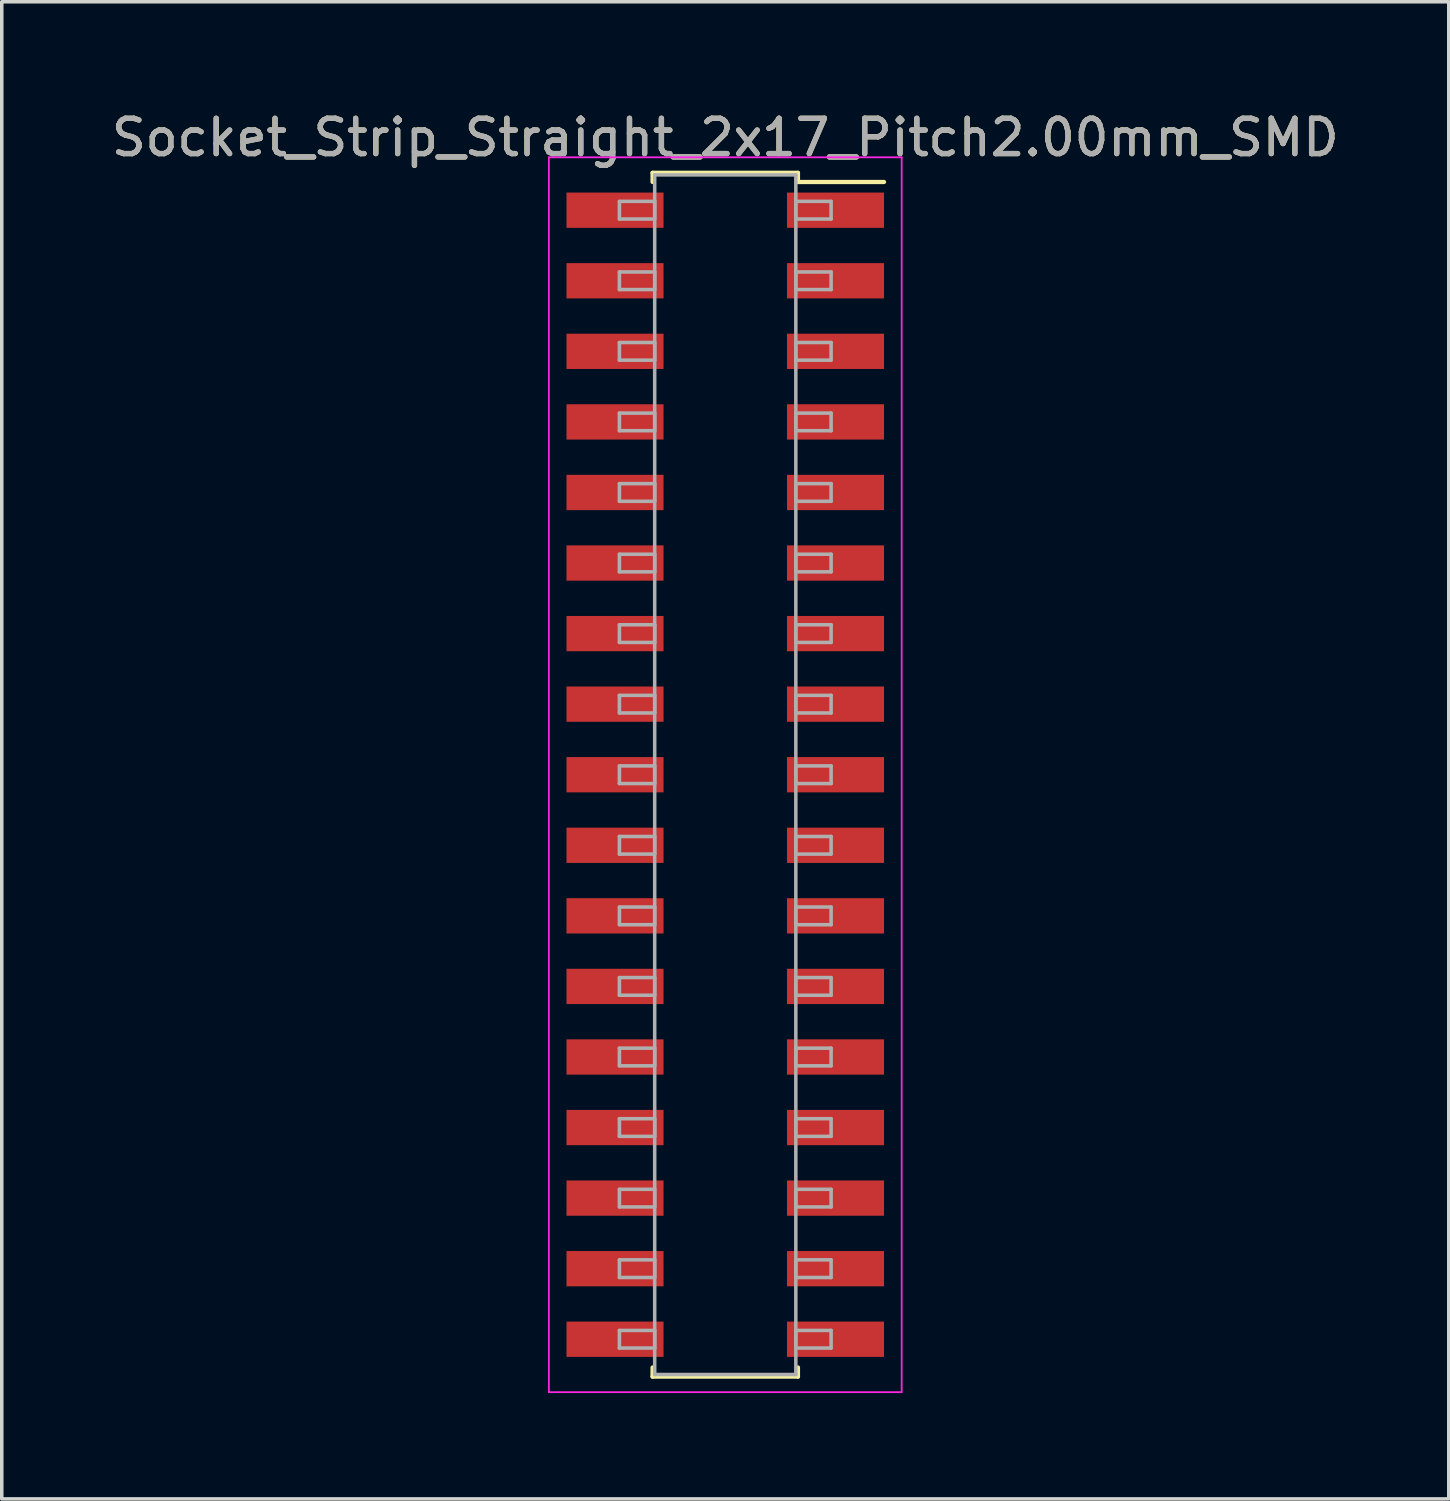
<source format=kicad_pcb>
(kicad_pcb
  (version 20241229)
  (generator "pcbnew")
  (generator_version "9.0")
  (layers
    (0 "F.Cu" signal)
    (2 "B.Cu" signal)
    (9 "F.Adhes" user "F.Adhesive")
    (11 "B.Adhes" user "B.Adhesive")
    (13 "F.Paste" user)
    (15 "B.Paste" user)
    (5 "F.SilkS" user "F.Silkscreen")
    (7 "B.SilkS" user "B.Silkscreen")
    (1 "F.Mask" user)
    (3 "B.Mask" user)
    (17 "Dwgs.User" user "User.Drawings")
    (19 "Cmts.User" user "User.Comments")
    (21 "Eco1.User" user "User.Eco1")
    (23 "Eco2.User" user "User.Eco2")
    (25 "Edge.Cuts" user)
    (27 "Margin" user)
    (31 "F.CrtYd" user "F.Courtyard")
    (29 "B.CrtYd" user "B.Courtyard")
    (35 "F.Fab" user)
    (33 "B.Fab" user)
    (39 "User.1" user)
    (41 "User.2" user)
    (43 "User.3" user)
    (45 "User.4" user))
  (footprint "Socket_Strip_Straight_2x17_Pitch2.00mm_SMD"
    (layer "F.Cu")
    (at 17.506 18.908)
    (property "Reference" "Socket_Strip_Straight_2x17_Pitch2.00mm_SMD" (at 0 -18.06 0) (layer "F.SilkS") (effects (font (size 1 1) (thickness 0.15))))
    (attr smd)
    (fp_line (start -2.06 -17.06) (end 2.06 -17.06) (stroke (width 0.12) (type solid)) (layer "F.SilkS"))
    (fp_line (start -2.06 -16.8) (end -2.06 -17.06) (stroke (width 0.12) (type solid)) (layer "F.SilkS"))
    (fp_line (start -2.06 16.8) (end -2.06 17.06) (stroke (width 0.12) (type solid)) (layer "F.SilkS"))
    (fp_line (start -2.06 17.06) (end 2.06 17.06) (stroke (width 0.12) (type solid)) (layer "F.SilkS"))
    (fp_line (start 2.06 -17.06) (end 2.06 -16.8) (stroke (width 0.12) (type solid)) (layer "F.SilkS"))
    (fp_line (start 2.06 17.06) (end 2.06 16.8) (stroke (width 0.12) (type solid)) (layer "F.SilkS"))
    (fp_line (start 4.5 -16.8) (end 2.06 -16.8) (stroke (width 0.12) (type solid)) (layer "F.SilkS"))
    (fp_line (start -5 -17.5) (end -5 17.5) (stroke (width 0.05) (type solid)) (layer "F.CrtYd"))
    (fp_line (start -5 17.5) (end 5 17.5) (stroke (width 0.05) (type solid)) (layer "F.CrtYd"))
    (fp_line (start 5 -17.5) (end -5 -17.5) (stroke (width 0.05) (type solid)) (layer "F.CrtYd"))
    (fp_line (start 5 17.5) (end 5 -17.5) (stroke (width 0.05) (type solid)) (layer "F.CrtYd"))
    (fp_line (start -3 -16.25) (end -2 -16.25) (stroke (width 0.1) (type solid)) (layer "F.Fab"))
    (fp_line (start -3 -15.75) (end -3 -16.25) (stroke (width 0.1) (type solid)) (layer "F.Fab"))
    (fp_line (start -3 -14.25) (end -2 -14.25) (stroke (width 0.1) (type solid)) (layer "F.Fab"))
    (fp_line (start -3 -13.75) (end -3 -14.25) (stroke (width 0.1) (type solid)) (layer "F.Fab"))
    (fp_line (start -3 -12.25) (end -2 -12.25) (stroke (width 0.1) (type solid)) (layer "F.Fab"))
    (fp_line (start -3 -11.75) (end -3 -12.25) (stroke (width 0.1) (type solid)) (layer "F.Fab"))
    (fp_line (start -3 -10.25) (end -2 -10.25) (stroke (width 0.1) (type solid)) (layer "F.Fab"))
    (fp_line (start -3 -9.75) (end -3 -10.25) (stroke (width 0.1) (type solid)) (layer "F.Fab"))
    (fp_line (start -3 -8.25) (end -2 -8.25) (stroke (width 0.1) (type solid)) (layer "F.Fab"))
    (fp_line (start -3 -7.75) (end -3 -8.25) (stroke (width 0.1) (type solid)) (layer "F.Fab"))
    (fp_line (start -3 -6.25) (end -2 -6.25) (stroke (width 0.1) (type solid)) (layer "F.Fab"))
    (fp_line (start -3 -5.75) (end -3 -6.25) (stroke (width 0.1) (type solid)) (layer "F.Fab"))
    (fp_line (start -3 -4.25) (end -2 -4.25) (stroke (width 0.1) (type solid)) (layer "F.Fab"))
    (fp_line (start -3 -3.75) (end -3 -4.25) (stroke (width 0.1) (type solid)) (layer "F.Fab"))
    (fp_line (start -3 -2.25) (end -2 -2.25) (stroke (width 0.1) (type solid)) (layer "F.Fab"))
    (fp_line (start -3 -1.75) (end -3 -2.25) (stroke (width 0.1) (type solid)) (layer "F.Fab"))
    (fp_line (start -3 -0.25) (end -2 -0.25) (stroke (width 0.1) (type solid)) (layer "F.Fab"))
    (fp_line (start -3 0.25) (end -3 -0.25) (stroke (width 0.1) (type solid)) (layer "F.Fab"))
    (fp_line (start -3 1.75) (end -2 1.75) (stroke (width 0.1) (type solid)) (layer "F.Fab"))
    (fp_line (start -3 2.25) (end -3 1.75) (stroke (width 0.1) (type solid)) (layer "F.Fab"))
    (fp_line (start -3 3.75) (end -2 3.75) (stroke (width 0.1) (type solid)) (layer "F.Fab"))
    (fp_line (start -3 4.25) (end -3 3.75) (stroke (width 0.1) (type solid)) (layer "F.Fab"))
    (fp_line (start -3 5.75) (end -2 5.75) (stroke (width 0.1) (type solid)) (layer "F.Fab"))
    (fp_line (start -3 6.25) (end -3 5.75) (stroke (width 0.1) (type solid)) (layer "F.Fab"))
    (fp_line (start -3 7.75) (end -2 7.75) (stroke (width 0.1) (type solid)) (layer "F.Fab"))
    (fp_line (start -3 8.25) (end -3 7.75) (stroke (width 0.1) (type solid)) (layer "F.Fab"))
    (fp_line (start -3 9.75) (end -2 9.75) (stroke (width 0.1) (type solid)) (layer "F.Fab"))
    (fp_line (start -3 10.25) (end -3 9.75) (stroke (width 0.1) (type solid)) (layer "F.Fab"))
    (fp_line (start -3 11.75) (end -2 11.75) (stroke (width 0.1) (type solid)) (layer "F.Fab"))
    (fp_line (start -3 12.25) (end -3 11.75) (stroke (width 0.1) (type solid)) (layer "F.Fab"))
    (fp_line (start -3 13.75) (end -2 13.75) (stroke (width 0.1) (type solid)) (layer "F.Fab"))
    (fp_line (start -3 14.25) (end -3 13.75) (stroke (width 0.1) (type solid)) (layer "F.Fab"))
    (fp_line (start -3 15.75) (end -2 15.75) (stroke (width 0.1) (type solid)) (layer "F.Fab"))
    (fp_line (start -3 16.25) (end -3 15.75) (stroke (width 0.1) (type solid)) (layer "F.Fab"))
    (fp_line (start -2 -17) (end -2 17) (stroke (width 0.1) (type solid)) (layer "F.Fab"))
    (fp_line (start -2 -16.25) (end -2 -15.75) (stroke (width 0.1) (type solid)) (layer "F.Fab"))
    (fp_line (start -2 -15.75) (end -3 -15.75) (stroke (width 0.1) (type solid)) (layer "F.Fab"))
    (fp_line (start -2 -14.25) (end -2 -13.75) (stroke (width 0.1) (type solid)) (layer "F.Fab"))
    (fp_line (start -2 -13.75) (end -3 -13.75) (stroke (width 0.1) (type solid)) (layer "F.Fab"))
    (fp_line (start -2 -12.25) (end -2 -11.75) (stroke (width 0.1) (type solid)) (layer "F.Fab"))
    (fp_line (start -2 -11.75) (end -3 -11.75) (stroke (width 0.1) (type solid)) (layer "F.Fab"))
    (fp_line (start -2 -10.25) (end -2 -9.75) (stroke (width 0.1) (type solid)) (layer "F.Fab"))
    (fp_line (start -2 -9.75) (end -3 -9.75) (stroke (width 0.1) (type solid)) (layer "F.Fab"))
    (fp_line (start -2 -8.25) (end -2 -7.75) (stroke (width 0.1) (type solid)) (layer "F.Fab"))
    (fp_line (start -2 -7.75) (end -3 -7.75) (stroke (width 0.1) (type solid)) (layer "F.Fab"))
    (fp_line (start -2 -6.25) (end -2 -5.75) (stroke (width 0.1) (type solid)) (layer "F.Fab"))
    (fp_line (start -2 -5.75) (end -3 -5.75) (stroke (width 0.1) (type solid)) (layer "F.Fab"))
    (fp_line (start -2 -4.25) (end -2 -3.75) (stroke (width 0.1) (type solid)) (layer "F.Fab"))
    (fp_line (start -2 -3.75) (end -3 -3.75) (stroke (width 0.1) (type solid)) (layer "F.Fab"))
    (fp_line (start -2 -2.25) (end -2 -1.75) (stroke (width 0.1) (type solid)) (layer "F.Fab"))
    (fp_line (start -2 -1.75) (end -3 -1.75) (stroke (width 0.1) (type solid)) (layer "F.Fab"))
    (fp_line (start -2 -0.25) (end -2 0.25) (stroke (width 0.1) (type solid)) (layer "F.Fab"))
    (fp_line (start -2 0.25) (end -3 0.25) (stroke (width 0.1) (type solid)) (layer "F.Fab"))
    (fp_line (start -2 1.75) (end -2 2.25) (stroke (width 0.1) (type solid)) (layer "F.Fab"))
    (fp_line (start -2 2.25) (end -3 2.25) (stroke (width 0.1) (type solid)) (layer "F.Fab"))
    (fp_line (start -2 3.75) (end -2 4.25) (stroke (width 0.1) (type solid)) (layer "F.Fab"))
    (fp_line (start -2 4.25) (end -3 4.25) (stroke (width 0.1) (type solid)) (layer "F.Fab"))
    (fp_line (start -2 5.75) (end -2 6.25) (stroke (width 0.1) (type solid)) (layer "F.Fab"))
    (fp_line (start -2 6.25) (end -3 6.25) (stroke (width 0.1) (type solid)) (layer "F.Fab"))
    (fp_line (start -2 7.75) (end -2 8.25) (stroke (width 0.1) (type solid)) (layer "F.Fab"))
    (fp_line (start -2 8.25) (end -3 8.25) (stroke (width 0.1) (type solid)) (layer "F.Fab"))
    (fp_line (start -2 9.75) (end -2 10.25) (stroke (width 0.1) (type solid)) (layer "F.Fab"))
    (fp_line (start -2 10.25) (end -3 10.25) (stroke (width 0.1) (type solid)) (layer "F.Fab"))
    (fp_line (start -2 11.75) (end -2 12.25) (stroke (width 0.1) (type solid)) (layer "F.Fab"))
    (fp_line (start -2 12.25) (end -3 12.25) (stroke (width 0.1) (type solid)) (layer "F.Fab"))
    (fp_line (start -2 13.75) (end -2 14.25) (stroke (width 0.1) (type solid)) (layer "F.Fab"))
    (fp_line (start -2 14.25) (end -3 14.25) (stroke (width 0.1) (type solid)) (layer "F.Fab"))
    (fp_line (start -2 15.75) (end -2 16.25) (stroke (width 0.1) (type solid)) (layer "F.Fab"))
    (fp_line (start -2 16.25) (end -3 16.25) (stroke (width 0.1) (type solid)) (layer "F.Fab"))
    (fp_line (start -2 17) (end 2 17) (stroke (width 0.1) (type solid)) (layer "F.Fab"))
    (fp_line (start 2 -17) (end -2 -17) (stroke (width 0.1) (type solid)) (layer "F.Fab"))
    (fp_line (start 2 -16.25) (end 2 -15.75) (stroke (width 0.1) (type solid)) (layer "F.Fab"))
    (fp_line (start 2 -15.75) (end 3 -15.75) (stroke (width 0.1) (type solid)) (layer "F.Fab"))
    (fp_line (start 2 -14.25) (end 2 -13.75) (stroke (width 0.1) (type solid)) (layer "F.Fab"))
    (fp_line (start 2 -13.75) (end 3 -13.75) (stroke (width 0.1) (type solid)) (layer "F.Fab"))
    (fp_line (start 2 -12.25) (end 2 -11.75) (stroke (width 0.1) (type solid)) (layer "F.Fab"))
    (fp_line (start 2 -11.75) (end 3 -11.75) (stroke (width 0.1) (type solid)) (layer "F.Fab"))
    (fp_line (start 2 -10.25) (end 2 -9.75) (stroke (width 0.1) (type solid)) (layer "F.Fab"))
    (fp_line (start 2 -9.75) (end 3 -9.75) (stroke (width 0.1) (type solid)) (layer "F.Fab"))
    (fp_line (start 2 -8.25) (end 2 -7.75) (stroke (width 0.1) (type solid)) (layer "F.Fab"))
    (fp_line (start 2 -7.75) (end 3 -7.75) (stroke (width 0.1) (type solid)) (layer "F.Fab"))
    (fp_line (start 2 -6.25) (end 2 -5.75) (stroke (width 0.1) (type solid)) (layer "F.Fab"))
    (fp_line (start 2 -5.75) (end 3 -5.75) (stroke (width 0.1) (type solid)) (layer "F.Fab"))
    (fp_line (start 2 -4.25) (end 2 -3.75) (stroke (width 0.1) (type solid)) (layer "F.Fab"))
    (fp_line (start 2 -3.75) (end 3 -3.75) (stroke (width 0.1) (type solid)) (layer "F.Fab"))
    (fp_line (start 2 -2.25) (end 2 -1.75) (stroke (width 0.1) (type solid)) (layer "F.Fab"))
    (fp_line (start 2 -1.75) (end 3 -1.75) (stroke (width 0.1) (type solid)) (layer "F.Fab"))
    (fp_line (start 2 -0.25) (end 2 0.25) (stroke (width 0.1) (type solid)) (layer "F.Fab"))
    (fp_line (start 2 0.25) (end 3 0.25) (stroke (width 0.1) (type solid)) (layer "F.Fab"))
    (fp_line (start 2 1.75) (end 2 2.25) (stroke (width 0.1) (type solid)) (layer "F.Fab"))
    (fp_line (start 2 2.25) (end 3 2.25) (stroke (width 0.1) (type solid)) (layer "F.Fab"))
    (fp_line (start 2 3.75) (end 2 4.25) (stroke (width 0.1) (type solid)) (layer "F.Fab"))
    (fp_line (start 2 4.25) (end 3 4.25) (stroke (width 0.1) (type solid)) (layer "F.Fab"))
    (fp_line (start 2 5.75) (end 2 6.25) (stroke (width 0.1) (type solid)) (layer "F.Fab"))
    (fp_line (start 2 6.25) (end 3 6.25) (stroke (width 0.1) (type solid)) (layer "F.Fab"))
    (fp_line (start 2 7.75) (end 2 8.25) (stroke (width 0.1) (type solid)) (layer "F.Fab"))
    (fp_line (start 2 8.25) (end 3 8.25) (stroke (width 0.1) (type solid)) (layer "F.Fab"))
    (fp_line (start 2 9.75) (end 2 10.25) (stroke (width 0.1) (type solid)) (layer "F.Fab"))
    (fp_line (start 2 10.25) (end 3 10.25) (stroke (width 0.1) (type solid)) (layer "F.Fab"))
    (fp_line (start 2 11.75) (end 2 12.25) (stroke (width 0.1) (type solid)) (layer "F.Fab"))
    (fp_line (start 2 12.25) (end 3 12.25) (stroke (width 0.1) (type solid)) (layer "F.Fab"))
    (fp_line (start 2 13.75) (end 2 14.25) (stroke (width 0.1) (type solid)) (layer "F.Fab"))
    (fp_line (start 2 14.25) (end 3 14.25) (stroke (width 0.1) (type solid)) (layer "F.Fab"))
    (fp_line (start 2 15.75) (end 2 16.25) (stroke (width 0.1) (type solid)) (layer "F.Fab"))
    (fp_line (start 2 16.25) (end 3 16.25) (stroke (width 0.1) (type solid)) (layer "F.Fab"))
    (fp_line (start 2 17) (end 2 -17) (stroke (width 0.1) (type solid)) (layer "F.Fab"))
    (fp_line (start 3 -16.25) (end 2 -16.25) (stroke (width 0.1) (type solid)) (layer "F.Fab"))
    (fp_line (start 3 -15.75) (end 3 -16.25) (stroke (width 0.1) (type solid)) (layer "F.Fab"))
    (fp_line (start 3 -14.25) (end 2 -14.25) (stroke (width 0.1) (type solid)) (layer "F.Fab"))
    (fp_line (start 3 -13.75) (end 3 -14.25) (stroke (width 0.1) (type solid)) (layer "F.Fab"))
    (fp_line (start 3 -12.25) (end 2 -12.25) (stroke (width 0.1) (type solid)) (layer "F.Fab"))
    (fp_line (start 3 -11.75) (end 3 -12.25) (stroke (width 0.1) (type solid)) (layer "F.Fab"))
    (fp_line (start 3 -10.25) (end 2 -10.25) (stroke (width 0.1) (type solid)) (layer "F.Fab"))
    (fp_line (start 3 -9.75) (end 3 -10.25) (stroke (width 0.1) (type solid)) (layer "F.Fab"))
    (fp_line (start 3 -8.25) (end 2 -8.25) (stroke (width 0.1) (type solid)) (layer "F.Fab"))
    (fp_line (start 3 -7.75) (end 3 -8.25) (stroke (width 0.1) (type solid)) (layer "F.Fab"))
    (fp_line (start 3 -6.25) (end 2 -6.25) (stroke (width 0.1) (type solid)) (layer "F.Fab"))
    (fp_line (start 3 -5.75) (end 3 -6.25) (stroke (width 0.1) (type solid)) (layer "F.Fab"))
    (fp_line (start 3 -4.25) (end 2 -4.25) (stroke (width 0.1) (type solid)) (layer "F.Fab"))
    (fp_line (start 3 -3.75) (end 3 -4.25) (stroke (width 0.1) (type solid)) (layer "F.Fab"))
    (fp_line (start 3 -2.25) (end 2 -2.25) (stroke (width 0.1) (type solid)) (layer "F.Fab"))
    (fp_line (start 3 -1.75) (end 3 -2.25) (stroke (width 0.1) (type solid)) (layer "F.Fab"))
    (fp_line (start 3 -0.25) (end 2 -0.25) (stroke (width 0.1) (type solid)) (layer "F.Fab"))
    (fp_line (start 3 0.25) (end 3 -0.25) (stroke (width 0.1) (type solid)) (layer "F.Fab"))
    (fp_line (start 3 1.75) (end 2 1.75) (stroke (width 0.1) (type solid)) (layer "F.Fab"))
    (fp_line (start 3 2.25) (end 3 1.75) (stroke (width 0.1) (type solid)) (layer "F.Fab"))
    (fp_line (start 3 3.75) (end 2 3.75) (stroke (width 0.1) (type solid)) (layer "F.Fab"))
    (fp_line (start 3 4.25) (end 3 3.75) (stroke (width 0.1) (type solid)) (layer "F.Fab"))
    (fp_line (start 3 5.75) (end 2 5.75) (stroke (width 0.1) (type solid)) (layer "F.Fab"))
    (fp_line (start 3 6.25) (end 3 5.75) (stroke (width 0.1) (type solid)) (layer "F.Fab"))
    (fp_line (start 3 7.75) (end 2 7.75) (stroke (width 0.1) (type solid)) (layer "F.Fab"))
    (fp_line (start 3 8.25) (end 3 7.75) (stroke (width 0.1) (type solid)) (layer "F.Fab"))
    (fp_line (start 3 9.75) (end 2 9.75) (stroke (width 0.1) (type solid)) (layer "F.Fab"))
    (fp_line (start 3 10.25) (end 3 9.75) (stroke (width 0.1) (type solid)) (layer "F.Fab"))
    (fp_line (start 3 11.75) (end 2 11.75) (stroke (width 0.1) (type solid)) (layer "F.Fab"))
    (fp_line (start 3 12.25) (end 3 11.75) (stroke (width 0.1) (type solid)) (layer "F.Fab"))
    (fp_line (start 3 13.75) (end 2 13.75) (stroke (width 0.1) (type solid)) (layer "F.Fab"))
    (fp_line (start 3 14.25) (end 3 13.75) (stroke (width 0.1) (type solid)) (layer "F.Fab"))
    (fp_line (start 3 15.75) (end 2 15.75) (stroke (width 0.1) (type solid)) (layer "F.Fab"))
    (fp_line (start 3 16.25) (end 3 15.75) (stroke (width 0.1) (type solid)) (layer "F.Fab"))
    (fp_text user "${REFERENCE}" (at 0 -18.06 0) (layer "F.Fab") (effects (font (size 1 1) (thickness 0.15))))
    (pad "1" smd rect (at 3.125 -16) (size 2.75 1) (layers "F.Cu" "F.Mask" "F.Paste"))
    (pad "2" smd rect (at -3.125 -16) (size 2.75 1) (layers "F.Cu" "F.Mask" "F.Paste"))
    (pad "3" smd rect (at 3.125 -14) (size 2.75 1) (layers "F.Cu" "F.Mask" "F.Paste"))
    (pad "4" smd rect (at -3.125 -14) (size 2.75 1) (layers "F.Cu" "F.Mask" "F.Paste"))
    (pad "5" smd rect (at 3.125 -12) (size 2.75 1) (layers "F.Cu" "F.Mask" "F.Paste"))
    (pad "6" smd rect (at -3.125 -12) (size 2.75 1) (layers "F.Cu" "F.Mask" "F.Paste"))
    (pad "7" smd rect (at 3.125 -10) (size 2.75 1) (layers "F.Cu" "F.Mask" "F.Paste"))
    (pad "8" smd rect (at -3.125 -10) (size 2.75 1) (layers "F.Cu" "F.Mask" "F.Paste"))
    (pad "9" smd rect (at 3.125 -8) (size 2.75 1) (layers "F.Cu" "F.Mask" "F.Paste"))
    (pad "10" smd rect (at -3.125 -8) (size 2.75 1) (layers "F.Cu" "F.Mask" "F.Paste"))
    (pad "11" smd rect (at 3.125 -6) (size 2.75 1) (layers "F.Cu" "F.Mask" "F.Paste"))
    (pad "12" smd rect (at -3.125 -6) (size 2.75 1) (layers "F.Cu" "F.Mask" "F.Paste"))
    (pad "13" smd rect (at 3.125 -4) (size 2.75 1) (layers "F.Cu" "F.Mask" "F.Paste"))
    (pad "14" smd rect (at -3.125 -4) (size 2.75 1) (layers "F.Cu" "F.Mask" "F.Paste"))
    (pad "15" smd rect (at 3.125 -2) (size 2.75 1) (layers "F.Cu" "F.Mask" "F.Paste"))
    (pad "16" smd rect (at -3.125 -2) (size 2.75 1) (layers "F.Cu" "F.Mask" "F.Paste"))
    (pad "17" smd rect (at 3.125 0) (size 2.75 1) (layers "F.Cu" "F.Mask" "F.Paste"))
    (pad "18" smd rect (at -3.125 0) (size 2.75 1) (layers "F.Cu" "F.Mask" "F.Paste"))
    (pad "19" smd rect (at 3.125 2) (size 2.75 1) (layers "F.Cu" "F.Mask" "F.Paste"))
    (pad "20" smd rect (at -3.125 2) (size 2.75 1) (layers "F.Cu" "F.Mask" "F.Paste"))
    (pad "21" smd rect (at 3.125 4) (size 2.75 1) (layers "F.Cu" "F.Mask" "F.Paste"))
    (pad "22" smd rect (at -3.125 4) (size 2.75 1) (layers "F.Cu" "F.Mask" "F.Paste"))
    (pad "23" smd rect (at 3.125 6) (size 2.75 1) (layers "F.Cu" "F.Mask" "F.Paste"))
    (pad "24" smd rect (at -3.125 6) (size 2.75 1) (layers "F.Cu" "F.Mask" "F.Paste"))
    (pad "25" smd rect (at 3.125 8) (size 2.75 1) (layers "F.Cu" "F.Mask" "F.Paste"))
    (pad "26" smd rect (at -3.125 8) (size 2.75 1) (layers "F.Cu" "F.Mask" "F.Paste"))
    (pad "27" smd rect (at 3.125 10) (size 2.75 1) (layers "F.Cu" "F.Mask" "F.Paste"))
    (pad "28" smd rect (at -3.125 10) (size 2.75 1) (layers "F.Cu" "F.Mask" "F.Paste"))
    (pad "29" smd rect (at 3.125 12) (size 2.75 1) (layers "F.Cu" "F.Mask" "F.Paste"))
    (pad "30" smd rect (at -3.125 12) (size 2.75 1) (layers "F.Cu" "F.Mask" "F.Paste"))
    (pad "31" smd rect (at 3.125 14) (size 2.75 1) (layers "F.Cu" "F.Mask" "F.Paste"))
    (pad "32" smd rect (at -3.125 14) (size 2.75 1) (layers "F.Cu" "F.Mask" "F.Paste"))
    (pad "33" smd rect (at 3.125 16) (size 2.75 1) (layers "F.Cu" "F.Mask" "F.Paste"))
    (pad "34" smd rect (at -3.125 16) (size 2.75 1) (layers "F.Cu" "F.Mask" "F.Paste")))
  (gr_rect
    (start -3 -3)
    (end 38.012 39.433)
    (stroke (width 0.1) (type default))
    (fill no)
    (layer "Edge.Cuts")))
</source>
